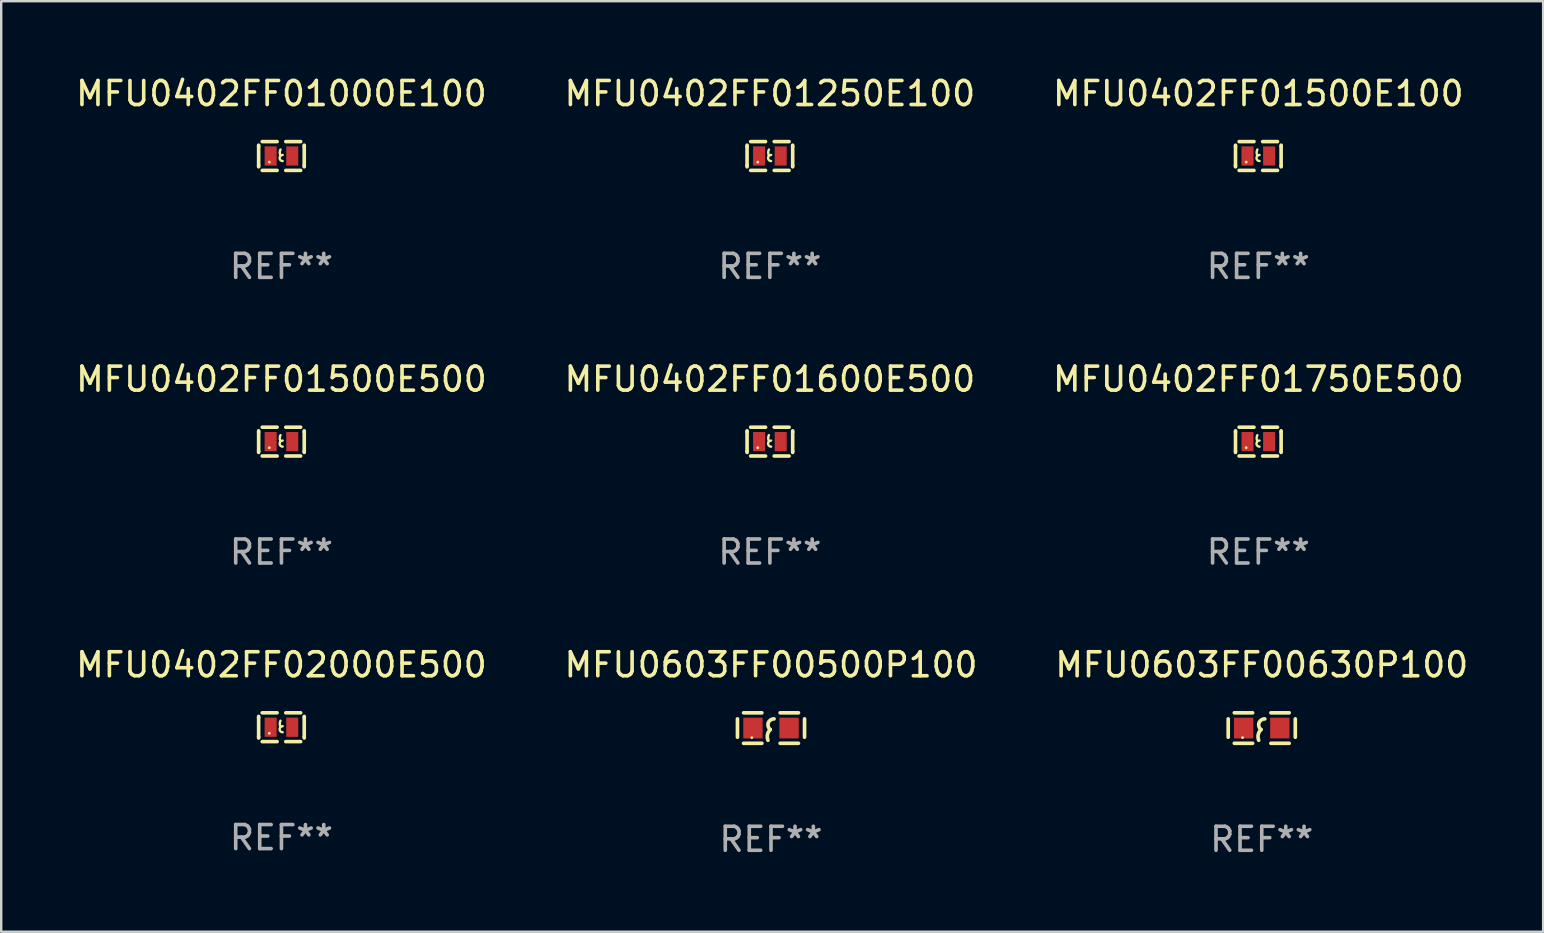
<source format=kicad_pcb>
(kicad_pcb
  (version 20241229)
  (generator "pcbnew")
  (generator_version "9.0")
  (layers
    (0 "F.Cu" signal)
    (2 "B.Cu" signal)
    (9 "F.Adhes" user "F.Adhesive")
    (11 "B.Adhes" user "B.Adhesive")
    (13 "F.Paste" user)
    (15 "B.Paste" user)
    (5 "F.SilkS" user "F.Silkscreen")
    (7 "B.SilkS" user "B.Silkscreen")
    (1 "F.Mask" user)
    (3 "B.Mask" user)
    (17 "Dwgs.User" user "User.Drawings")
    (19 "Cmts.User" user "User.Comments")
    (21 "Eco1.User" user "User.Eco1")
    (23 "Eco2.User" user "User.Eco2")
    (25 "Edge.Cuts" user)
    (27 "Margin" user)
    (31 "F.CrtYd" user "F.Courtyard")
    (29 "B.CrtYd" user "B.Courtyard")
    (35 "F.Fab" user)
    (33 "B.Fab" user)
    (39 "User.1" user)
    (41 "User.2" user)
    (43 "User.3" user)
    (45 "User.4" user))
  (footprint "MFU0402FF01500E100"
    (layer "F.Cu")
    (at 49.363 3.448)
    (property "Reference" "MFU0402FF01500E100" (at 0 -2.6 0) (layer "F.SilkS") (effects (font (size 1 1) (thickness 0.15))))
    (attr through_hole)
    (fp_line (start -0.95 -0.45) (end -0.95 -0.4) (stroke (width 0.15) (type solid)) (layer "F.SilkS"))
    (fp_line (start -0.95 -0.4) (end -0.95 0.4) (stroke (width 0.15) (type solid)) (layer "F.SilkS"))
    (fp_line (start -0.95 0.45) (end -0.95 0.4) (stroke (width 0.15) (type solid)) (layer "F.SilkS"))
    (fp_line (start -0.18 -0.6) (end -0.8 -0.6) (stroke (width 0.15) (type solid)) (layer "F.SilkS"))
    (fp_line (start -0.18 0.6) (end -0.8 0.6) (stroke (width 0.15) (type solid)) (layer "F.SilkS"))
    (fp_line (start 0.18 -0.6) (end 0.8 -0.6) (stroke (width 0.15) (type solid)) (layer "F.SilkS"))
    (fp_line (start 0.18 0.6) (end 0.8 0.6) (stroke (width 0.15) (type solid)) (layer "F.SilkS"))
    (fp_line (start 0.95 -0.45) (end 0.95 -0.4) (stroke (width 0.15) (type solid)) (layer "F.SilkS"))
    (fp_line (start 0.95 -0.4) (end 0.95 0.4) (stroke (width 0.15) (type solid)) (layer "F.SilkS"))
    (fp_line (start 0.95 0.45) (end 0.95 0.4) (stroke (width 0.15) (type solid)) (layer "F.SilkS"))
    (fp_arc (start -0.039942 -0.016052) (mid -0.069923 -0.143053) (end -0.039942 -0.270053) (stroke (width 0.1) (type solid)) (layer "F.SilkS"))
    (fp_arc (start 0.050076 0.209957) (mid -0.076924 0.082957) (end 0.050076 -0.044043) (stroke (width 0.1) (type solid)) (layer "F.SilkS"))
    (fp_circle (center -0.505 0.253) (end -0.475 0.253) (stroke (width 0.06) (type solid)) (fill no) (layer "F.SilkS"))
    (fp_text user "REF**" (at 0 4.6 0) (layer "F.Fab") (effects (font (size 1 1) (thickness 0.15))))
    (pad "1" smd rect (at -0.45 -0.000051) (size 0.5 0.8) (layers "F.Cu" "F.Mask" "F.Paste"))
    (pad "2" smd rect (at 0.45 -0.000051) (size 0.5 0.8) (layers "F.Cu" "F.Mask" "F.Paste")))
  (footprint "MFU0402FF01600E500"
    (layer "F.Cu")
    (at 29.018 15.345)
    (property "Reference" "MFU0402FF01600E500" (at 0 -2.6 0) (layer "F.SilkS") (effects (font (size 1 1) (thickness 0.15))))
    (attr through_hole)
    (fp_line (start -0.95 -0.45) (end -0.95 -0.4) (stroke (width 0.15) (type solid)) (layer "F.SilkS"))
    (fp_line (start -0.95 -0.4) (end -0.95 0.4) (stroke (width 0.15) (type solid)) (layer "F.SilkS"))
    (fp_line (start -0.95 0.45) (end -0.95 0.4) (stroke (width 0.15) (type solid)) (layer "F.SilkS"))
    (fp_line (start -0.18 -0.6) (end -0.8 -0.6) (stroke (width 0.15) (type solid)) (layer "F.SilkS"))
    (fp_line (start -0.18 0.6) (end -0.8 0.6) (stroke (width 0.15) (type solid)) (layer "F.SilkS"))
    (fp_line (start 0.18 -0.6) (end 0.8 -0.6) (stroke (width 0.15) (type solid)) (layer "F.SilkS"))
    (fp_line (start 0.18 0.6) (end 0.8 0.6) (stroke (width 0.15) (type solid)) (layer "F.SilkS"))
    (fp_line (start 0.95 -0.45) (end 0.95 -0.4) (stroke (width 0.15) (type solid)) (layer "F.SilkS"))
    (fp_line (start 0.95 -0.4) (end 0.95 0.4) (stroke (width 0.15) (type solid)) (layer "F.SilkS"))
    (fp_line (start 0.95 0.45) (end 0.95 0.4) (stroke (width 0.15) (type solid)) (layer "F.SilkS"))
    (fp_arc (start -0.039942 -0.016052) (mid -0.069923 -0.143053) (end -0.039942 -0.270053) (stroke (width 0.1) (type solid)) (layer "F.SilkS"))
    (fp_arc (start 0.050076 0.209957) (mid -0.076924 0.082957) (end 0.050076 -0.044043) (stroke (width 0.1) (type solid)) (layer "F.SilkS"))
    (fp_circle (center -0.505 0.253) (end -0.475 0.253) (stroke (width 0.06) (type solid)) (fill no) (layer "F.SilkS"))
    (fp_text user "REF**" (at 0 4.6 0) (layer "F.Fab") (effects (font (size 1 1) (thickness 0.15))))
    (pad "1" smd rect (at -0.45 -0.000051) (size 0.5 0.8) (layers "F.Cu" "F.Mask" "F.Paste"))
    (pad "2" smd rect (at 0.45 -0.000051) (size 0.5 0.8) (layers "F.Cu" "F.Mask" "F.Paste")))
  (footprint "MFU0402FF01250E100"
    (layer "F.Cu")
    (at 29.018 3.448)
    (property "Reference" "MFU0402FF01250E100" (at 0 -2.6 0) (layer "F.SilkS") (effects (font (size 1 1) (thickness 0.15))))
    (attr through_hole)
    (fp_line (start -0.95 -0.45) (end -0.95 -0.4) (stroke (width 0.15) (type solid)) (layer "F.SilkS"))
    (fp_line (start -0.95 -0.4) (end -0.95 0.4) (stroke (width 0.15) (type solid)) (layer "F.SilkS"))
    (fp_line (start -0.95 0.45) (end -0.95 0.4) (stroke (width 0.15) (type solid)) (layer "F.SilkS"))
    (fp_line (start -0.18 -0.6) (end -0.8 -0.6) (stroke (width 0.15) (type solid)) (layer "F.SilkS"))
    (fp_line (start -0.18 0.6) (end -0.8 0.6) (stroke (width 0.15) (type solid)) (layer "F.SilkS"))
    (fp_line (start 0.18 -0.6) (end 0.8 -0.6) (stroke (width 0.15) (type solid)) (layer "F.SilkS"))
    (fp_line (start 0.18 0.6) (end 0.8 0.6) (stroke (width 0.15) (type solid)) (layer "F.SilkS"))
    (fp_line (start 0.95 -0.45) (end 0.95 -0.4) (stroke (width 0.15) (type solid)) (layer "F.SilkS"))
    (fp_line (start 0.95 -0.4) (end 0.95 0.4) (stroke (width 0.15) (type solid)) (layer "F.SilkS"))
    (fp_line (start 0.95 0.45) (end 0.95 0.4) (stroke (width 0.15) (type solid)) (layer "F.SilkS"))
    (fp_arc (start -0.039942 -0.016052) (mid -0.069923 -0.143053) (end -0.039942 -0.270053) (stroke (width 0.1) (type solid)) (layer "F.SilkS"))
    (fp_arc (start 0.050076 0.209957) (mid -0.076924 0.082957) (end 0.050076 -0.044043) (stroke (width 0.1) (type solid)) (layer "F.SilkS"))
    (fp_circle (center -0.505 0.253) (end -0.475 0.253) (stroke (width 0.06) (type solid)) (fill no) (layer "F.SilkS"))
    (fp_text user "REF**" (at 0 4.6 0) (layer "F.Fab") (effects (font (size 1 1) (thickness 0.15))))
    (pad "1" smd rect (at -0.45 -0.000051) (size 0.5 0.8) (layers "F.Cu" "F.Mask" "F.Paste"))
    (pad "2" smd rect (at 0.45 -0.000051) (size 0.5 0.8) (layers "F.Cu" "F.Mask" "F.Paste")))
  (footprint "MFU0402FF02000E500"
    (layer "F.Cu")
    (at 8.673 27.241)
    (property "Reference" "MFU0402FF02000E500" (at 0 -2.6 0) (layer "F.SilkS") (effects (font (size 1 1) (thickness 0.15))))
    (attr through_hole)
    (fp_line (start -0.95 -0.45) (end -0.95 -0.4) (stroke (width 0.15) (type solid)) (layer "F.SilkS"))
    (fp_line (start -0.95 -0.4) (end -0.95 0.4) (stroke (width 0.15) (type solid)) (layer "F.SilkS"))
    (fp_line (start -0.95 0.45) (end -0.95 0.4) (stroke (width 0.15) (type solid)) (layer "F.SilkS"))
    (fp_line (start -0.18 -0.6) (end -0.8 -0.6) (stroke (width 0.15) (type solid)) (layer "F.SilkS"))
    (fp_line (start -0.18 0.6) (end -0.8 0.6) (stroke (width 0.15) (type solid)) (layer "F.SilkS"))
    (fp_line (start 0.18 -0.6) (end 0.8 -0.6) (stroke (width 0.15) (type solid)) (layer "F.SilkS"))
    (fp_line (start 0.18 0.6) (end 0.8 0.6) (stroke (width 0.15) (type solid)) (layer "F.SilkS"))
    (fp_line (start 0.95 -0.45) (end 0.95 -0.4) (stroke (width 0.15) (type solid)) (layer "F.SilkS"))
    (fp_line (start 0.95 -0.4) (end 0.95 0.4) (stroke (width 0.15) (type solid)) (layer "F.SilkS"))
    (fp_line (start 0.95 0.45) (end 0.95 0.4) (stroke (width 0.15) (type solid)) (layer "F.SilkS"))
    (fp_arc (start -0.039942 -0.016052) (mid -0.069923 -0.143053) (end -0.039942 -0.270053) (stroke (width 0.1) (type solid)) (layer "F.SilkS"))
    (fp_arc (start 0.050076 0.209957) (mid -0.076924 0.082957) (end 0.050076 -0.044043) (stroke (width 0.1) (type solid)) (layer "F.SilkS"))
    (fp_circle (center -0.505 0.253) (end -0.475 0.253) (stroke (width 0.06) (type solid)) (fill no) (layer "F.SilkS"))
    (fp_text user "REF**" (at 0 4.6 0) (layer "F.Fab") (effects (font (size 1 1) (thickness 0.15))))
    (pad "1" smd rect (at -0.45 -0.000051) (size 0.5 0.8) (layers "F.Cu" "F.Mask" "F.Paste"))
    (pad "2" smd rect (at 0.45 -0.000051) (size 0.5 0.8) (layers "F.Cu" "F.Mask" "F.Paste")))
  (footprint "MFU0603FF00630P100"
    (layer "F.Cu")
    (at 49.506 27.276)
    (property "Reference" "MFU0603FF00630P100" (at 0 -2.635 0) (layer "F.SilkS") (effects (font (size 1 1) (thickness 0.15))))
    (attr through_hole)
    (fp_line (start -1.397 -0.381) (end -1.397 0.381) (stroke (width 0.152) (type solid)) (layer "F.SilkS"))
    (fp_line (start -0.381 -0.635) (end -1.143 -0.635) (stroke (width 0.152) (type solid)) (layer "F.SilkS"))
    (fp_line (start -0.381 0.635) (end -1.143 0.635) (stroke (width 0.152) (type solid)) (layer "F.SilkS"))
    (fp_line (start 0.381 -0.635) (end 1.143 -0.635) (stroke (width 0.152) (type solid)) (layer "F.SilkS"))
    (fp_line (start 0.381 0.635) (end 1.143 0.635) (stroke (width 0.152) (type solid)) (layer "F.SilkS"))
    (fp_line (start 1.397 -0.381) (end 1.397 0.381) (stroke (width 0.152) (type solid)) (layer "F.SilkS"))
    (fp_arc (start -0.127 0.508001) (mid -0.146523 0.271131) (end -0.030861 0.0635) (stroke (width 0.151994) (type solid)) (layer "F.SilkS"))
    (fp_arc (start -0.03175 0.0635) (mid -0.113571 -0.216321) (end 0.127001 -0.381002) (stroke (width 0.151994) (type solid)) (layer "F.SilkS"))
    (fp_circle (center -0.8 0.4) (end -0.77 0.4) (stroke (width 0.06) (type solid)) (fill no) (layer "F.SilkS"))
    (fp_text user "REF**" (at 0 4.635 0) (layer "F.Fab") (effects (font (size 1 1) (thickness 0.15))))
    (pad "1" smd rect (at -0.753 0) (size 0.806 0.864) (layers "F.Cu" "F.Mask" "F.Paste"))
    (pad "2" smd rect (at 0.753 0) (size 0.806 0.864) (layers "F.Cu" "F.Mask" "F.Paste")))
  (footprint "MFU0402FF01750E500"
    (layer "F.Cu")
    (at 49.363 15.345)
    (property "Reference" "MFU0402FF01750E500" (at 0 -2.6 0) (layer "F.SilkS") (effects (font (size 1 1) (thickness 0.15))))
    (attr through_hole)
    (fp_line (start -0.95 -0.45) (end -0.95 -0.4) (stroke (width 0.15) (type solid)) (layer "F.SilkS"))
    (fp_line (start -0.95 -0.4) (end -0.95 0.4) (stroke (width 0.15) (type solid)) (layer "F.SilkS"))
    (fp_line (start -0.95 0.45) (end -0.95 0.4) (stroke (width 0.15) (type solid)) (layer "F.SilkS"))
    (fp_line (start -0.18 -0.6) (end -0.8 -0.6) (stroke (width 0.15) (type solid)) (layer "F.SilkS"))
    (fp_line (start -0.18 0.6) (end -0.8 0.6) (stroke (width 0.15) (type solid)) (layer "F.SilkS"))
    (fp_line (start 0.18 -0.6) (end 0.8 -0.6) (stroke (width 0.15) (type solid)) (layer "F.SilkS"))
    (fp_line (start 0.18 0.6) (end 0.8 0.6) (stroke (width 0.15) (type solid)) (layer "F.SilkS"))
    (fp_line (start 0.95 -0.45) (end 0.95 -0.4) (stroke (width 0.15) (type solid)) (layer "F.SilkS"))
    (fp_line (start 0.95 -0.4) (end 0.95 0.4) (stroke (width 0.15) (type solid)) (layer "F.SilkS"))
    (fp_line (start 0.95 0.45) (end 0.95 0.4) (stroke (width 0.15) (type solid)) (layer "F.SilkS"))
    (fp_arc (start -0.039942 -0.016052) (mid -0.069923 -0.143053) (end -0.039942 -0.270053) (stroke (width 0.1) (type solid)) (layer "F.SilkS"))
    (fp_arc (start 0.050076 0.209957) (mid -0.076924 0.082957) (end 0.050076 -0.044043) (stroke (width 0.1) (type solid)) (layer "F.SilkS"))
    (fp_circle (center -0.505 0.253) (end -0.475 0.253) (stroke (width 0.06) (type solid)) (fill no) (layer "F.SilkS"))
    (fp_text user "REF**" (at 0 4.6 0) (layer "F.Fab") (effects (font (size 1 1) (thickness 0.15))))
    (pad "1" smd rect (at -0.45 -0.000051) (size 0.5 0.8) (layers "F.Cu" "F.Mask" "F.Paste"))
    (pad "2" smd rect (at 0.45 -0.000051) (size 0.5 0.8) (layers "F.Cu" "F.Mask" "F.Paste")))
  (footprint "MFU0402FF01500E500"
    (layer "F.Cu")
    (at 8.673 15.345)
    (property "Reference" "MFU0402FF01500E500" (at 0 -2.6 0) (layer "F.SilkS") (effects (font (size 1 1) (thickness 0.15))))
    (attr through_hole)
    (fp_line (start -0.95 -0.45) (end -0.95 -0.4) (stroke (width 0.15) (type solid)) (layer "F.SilkS"))
    (fp_line (start -0.95 -0.4) (end -0.95 0.4) (stroke (width 0.15) (type solid)) (layer "F.SilkS"))
    (fp_line (start -0.95 0.45) (end -0.95 0.4) (stroke (width 0.15) (type solid)) (layer "F.SilkS"))
    (fp_line (start -0.18 -0.6) (end -0.8 -0.6) (stroke (width 0.15) (type solid)) (layer "F.SilkS"))
    (fp_line (start -0.18 0.6) (end -0.8 0.6) (stroke (width 0.15) (type solid)) (layer "F.SilkS"))
    (fp_line (start 0.18 -0.6) (end 0.8 -0.6) (stroke (width 0.15) (type solid)) (layer "F.SilkS"))
    (fp_line (start 0.18 0.6) (end 0.8 0.6) (stroke (width 0.15) (type solid)) (layer "F.SilkS"))
    (fp_line (start 0.95 -0.45) (end 0.95 -0.4) (stroke (width 0.15) (type solid)) (layer "F.SilkS"))
    (fp_line (start 0.95 -0.4) (end 0.95 0.4) (stroke (width 0.15) (type solid)) (layer "F.SilkS"))
    (fp_line (start 0.95 0.45) (end 0.95 0.4) (stroke (width 0.15) (type solid)) (layer "F.SilkS"))
    (fp_arc (start -0.039942 -0.016052) (mid -0.069923 -0.143053) (end -0.039942 -0.270053) (stroke (width 0.1) (type solid)) (layer "F.SilkS"))
    (fp_arc (start 0.050076 0.209957) (mid -0.076924 0.082957) (end 0.050076 -0.044043) (stroke (width 0.1) (type solid)) (layer "F.SilkS"))
    (fp_circle (center -0.505 0.253) (end -0.475 0.253) (stroke (width 0.06) (type solid)) (fill no) (layer "F.SilkS"))
    (fp_text user "REF**" (at 0 4.6 0) (layer "F.Fab") (effects (font (size 1 1) (thickness 0.15))))
    (pad "1" smd rect (at -0.45 -0.000051) (size 0.5 0.8) (layers "F.Cu" "F.Mask" "F.Paste"))
    (pad "2" smd rect (at 0.45 -0.000051) (size 0.5 0.8) (layers "F.Cu" "F.Mask" "F.Paste")))
  (footprint "MFU0402FF01000E100"
    (layer "F.Cu")
    (at 8.673 3.448)
    (property "Reference" "MFU0402FF01000E100" (at 0 -2.6 0) (layer "F.SilkS") (effects (font (size 1 1) (thickness 0.15))))
    (attr through_hole)
    (fp_line (start -0.95 -0.45) (end -0.95 -0.4) (stroke (width 0.15) (type solid)) (layer "F.SilkS"))
    (fp_line (start -0.95 -0.4) (end -0.95 0.4) (stroke (width 0.15) (type solid)) (layer "F.SilkS"))
    (fp_line (start -0.95 0.45) (end -0.95 0.4) (stroke (width 0.15) (type solid)) (layer "F.SilkS"))
    (fp_line (start -0.18 -0.6) (end -0.8 -0.6) (stroke (width 0.15) (type solid)) (layer "F.SilkS"))
    (fp_line (start -0.18 0.6) (end -0.8 0.6) (stroke (width 0.15) (type solid)) (layer "F.SilkS"))
    (fp_line (start 0.18 -0.6) (end 0.8 -0.6) (stroke (width 0.15) (type solid)) (layer "F.SilkS"))
    (fp_line (start 0.18 0.6) (end 0.8 0.6) (stroke (width 0.15) (type solid)) (layer "F.SilkS"))
    (fp_line (start 0.95 -0.45) (end 0.95 -0.4) (stroke (width 0.15) (type solid)) (layer "F.SilkS"))
    (fp_line (start 0.95 -0.4) (end 0.95 0.4) (stroke (width 0.15) (type solid)) (layer "F.SilkS"))
    (fp_line (start 0.95 0.45) (end 0.95 0.4) (stroke (width 0.15) (type solid)) (layer "F.SilkS"))
    (fp_arc (start -0.039942 -0.016052) (mid -0.069923 -0.143053) (end -0.039942 -0.270053) (stroke (width 0.1) (type solid)) (layer "F.SilkS"))
    (fp_arc (start 0.050076 0.209957) (mid -0.076924 0.082957) (end 0.050076 -0.044043) (stroke (width 0.1) (type solid)) (layer "F.SilkS"))
    (fp_circle (center -0.505 0.253) (end -0.475 0.253) (stroke (width 0.06) (type solid)) (fill no) (layer "F.SilkS"))
    (fp_text user "REF**" (at 0 4.6 0) (layer "F.Fab") (effects (font (size 1 1) (thickness 0.15))))
    (pad "1" smd rect (at -0.45 -0.000051) (size 0.5 0.8) (layers "F.Cu" "F.Mask" "F.Paste"))
    (pad "2" smd rect (at 0.45 -0.000051) (size 0.5 0.8) (layers "F.Cu" "F.Mask" "F.Paste")))
  (footprint "MFU0603FF00500P100"
    (layer "F.Cu")
    (at 29.065 27.276)
    (property "Reference" "MFU0603FF00500P100" (at 0 -2.635 0) (layer "F.SilkS") (effects (font (size 1 1) (thickness 0.15))))
    (attr through_hole)
    (fp_line (start -1.397 -0.381) (end -1.397 0.381) (stroke (width 0.152) (type solid)) (layer "F.SilkS"))
    (fp_line (start -0.381 -0.635) (end -1.143 -0.635) (stroke (width 0.152) (type solid)) (layer "F.SilkS"))
    (fp_line (start -0.381 0.635) (end -1.143 0.635) (stroke (width 0.152) (type solid)) (layer "F.SilkS"))
    (fp_line (start 0.381 -0.635) (end 1.143 -0.635) (stroke (width 0.152) (type solid)) (layer "F.SilkS"))
    (fp_line (start 0.381 0.635) (end 1.143 0.635) (stroke (width 0.152) (type solid)) (layer "F.SilkS"))
    (fp_line (start 1.397 -0.381) (end 1.397 0.381) (stroke (width 0.152) (type solid)) (layer "F.SilkS"))
    (fp_arc (start -0.127 0.508001) (mid -0.146523 0.271131) (end -0.030861 0.0635) (stroke (width 0.151994) (type solid)) (layer "F.SilkS"))
    (fp_arc (start -0.03175 0.0635) (mid -0.113571 -0.216321) (end 0.127001 -0.381002) (stroke (width 0.151994) (type solid)) (layer "F.SilkS"))
    (fp_circle (center -0.8 0.4) (end -0.77 0.4) (stroke (width 0.06) (type solid)) (fill no) (layer "F.SilkS"))
    (fp_text user "REF**" (at 0 4.635 0) (layer "F.Fab") (effects (font (size 1 1) (thickness 0.15))))
    (pad "1" smd rect (at -0.753 0) (size 0.806 0.864) (layers "F.Cu" "F.Mask" "F.Paste"))
    (pad "2" smd rect (at 0.753 0) (size 0.806 0.864) (layers "F.Cu" "F.Mask" "F.Paste")))
  (gr_rect
    (start -3 -3)
    (end 61.226 35.76)
    (stroke (width 0.1) (type default))
    (fill no)
    (layer "Edge.Cuts")))
</source>
